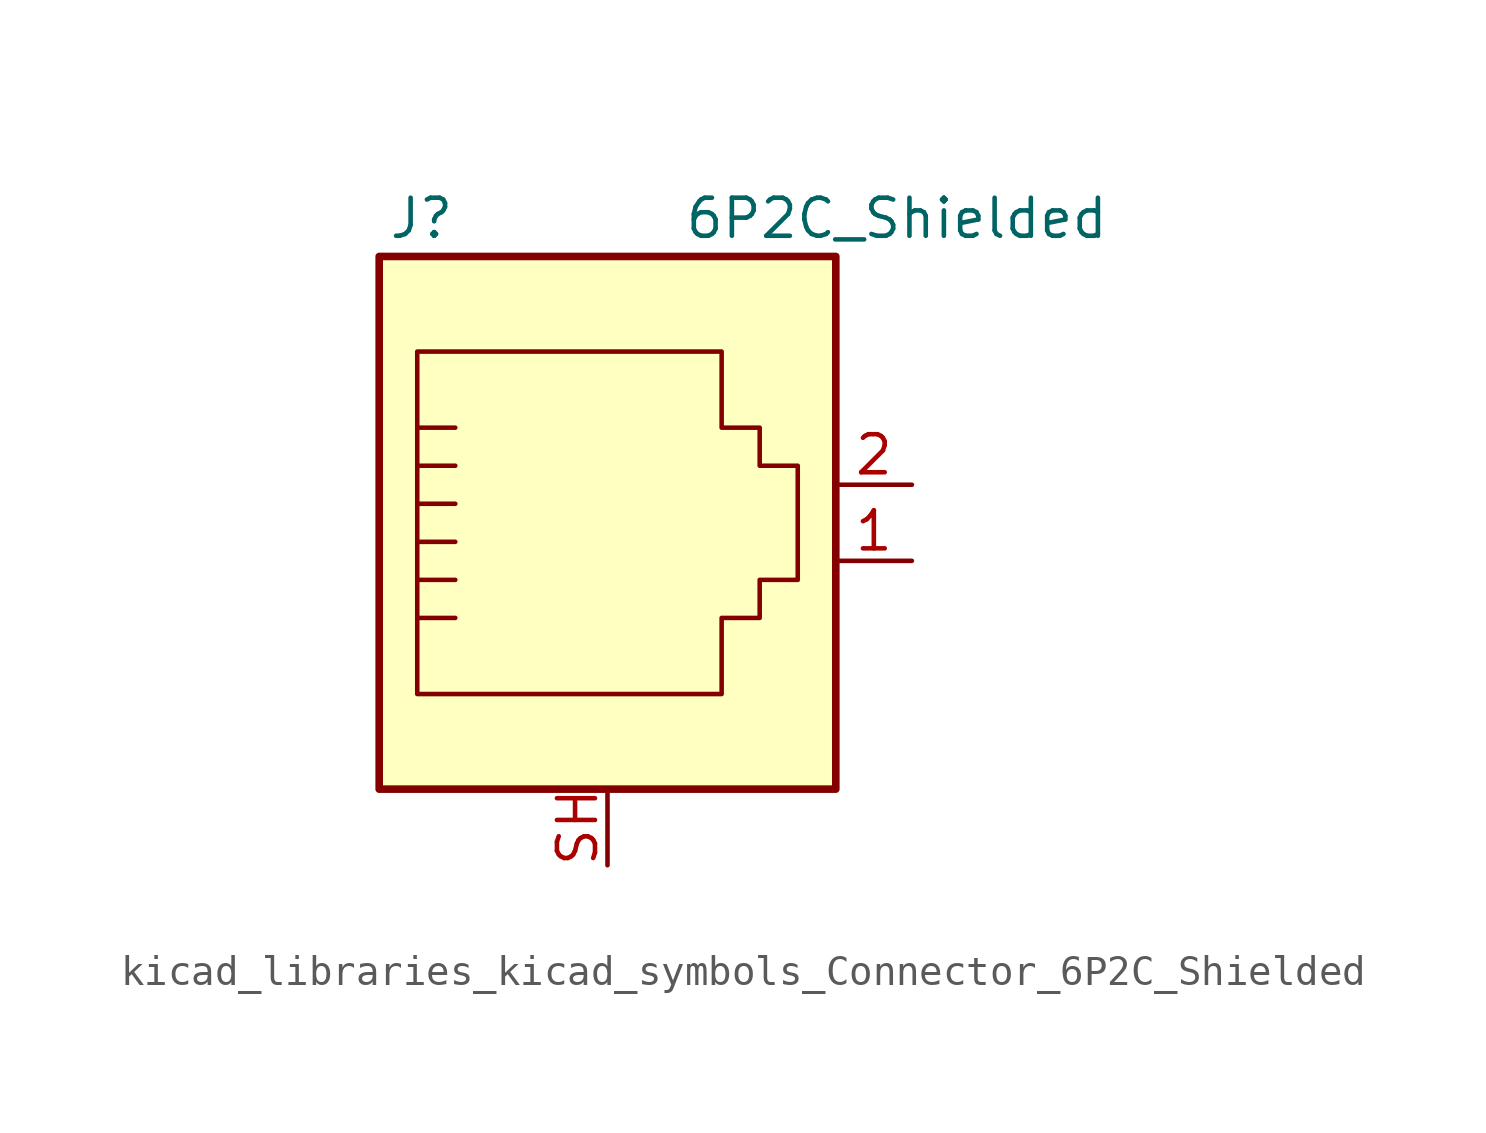
<source format=kicad_sym>
(kicad_symbol_lib
  (version 20220914)
  (generator kicad_symbol_editor)
  (symbol "kicad_libraries_kicad_symbols_Connector_6P2C_Shielded"
    (pin_names
      (offset 1.016))
    (property "Reference" "J"
      (at -5.08 11.43 0)
      (effects (font (size 1.27 1.27)) (justify right)))
    (property "Value" "6P2C_Shielded"
      (at 2.54 11.43 0)
      (effects (font (size 1.27 1.27)) (justify left)))
    (symbol "kicad_libraries_kicad_symbols_Connector_6P2C_Shielded_0_1"
      (polyline (pts (xy -6.35 -1.905) (xy -5.08 -1.905) (xy -5.08 -1.905)) (stroke (width 0) (type default)) (fill (type none)))
      (polyline (pts (xy -6.35 -0.635) (xy -5.08 -0.635) (xy -5.08 -0.635)) (stroke (width 0) (type default)) (fill (type none)))
      (polyline (pts (xy -6.35 0.635) (xy -5.08 0.635) (xy -5.08 0.635)) (stroke (width 0) (type default)) (fill (type none)))
      (polyline (pts (xy -6.35 1.905) (xy -5.08 1.905) (xy -5.08 1.905)) (stroke (width 0) (type default)) (fill (type none)))
      (polyline (pts (xy -6.35 3.175) (xy -5.08 3.175) (xy -5.08 3.175)) (stroke (width 0) (type default)) (fill (type none)))
      (polyline (pts (xy -5.08 4.445) (xy -6.35 4.445) (xy -6.35 4.445)) (stroke (width 0) (type default)) (fill (type none)))
      (polyline (pts (xy -6.35 -4.445) (xy -6.35 6.985) (xy 3.81 6.985) (xy 3.81 4.445) (xy 5.08 4.445) (xy 5.08 3.175) (xy 6.35 3.175) (xy 6.35 -0.635) (xy 5.08 -0.635) (xy 5.08 -1.905) (xy 3.81 -1.905) (xy 3.81 -4.445) (xy -6.35 -4.445) (xy -6.35 -4.445)) (stroke (width 0) (type default)) (fill (type none)))
      (rectangle (start 7.62 10.16) (end -7.62 -7.62) (stroke (width 0.254) (type default)) (fill (type background))))
    (symbol "kicad_libraries_kicad_symbols_Connector_6P2C_Shielded_1_1"
      (pin passive line (at 10.16 0 180) (length 2.54) (name "~" (effects (font (size 1.27 1.27)))) (number "1" (effects (font (size 1.27 1.27)))))
      (pin passive line (at 10.16 2.54 180) (length 2.54) (name "~" (effects (font (size 1.27 1.27)))) (number "2" (effects (font (size 1.27 1.27)))))
      (pin passive line (at 0 -10.16 90) (length 2.54) (name "~" (effects (font (size 1.27 1.27)))) (number "SH" (effects (font (size 1.27 1.27))))))))
</source>
